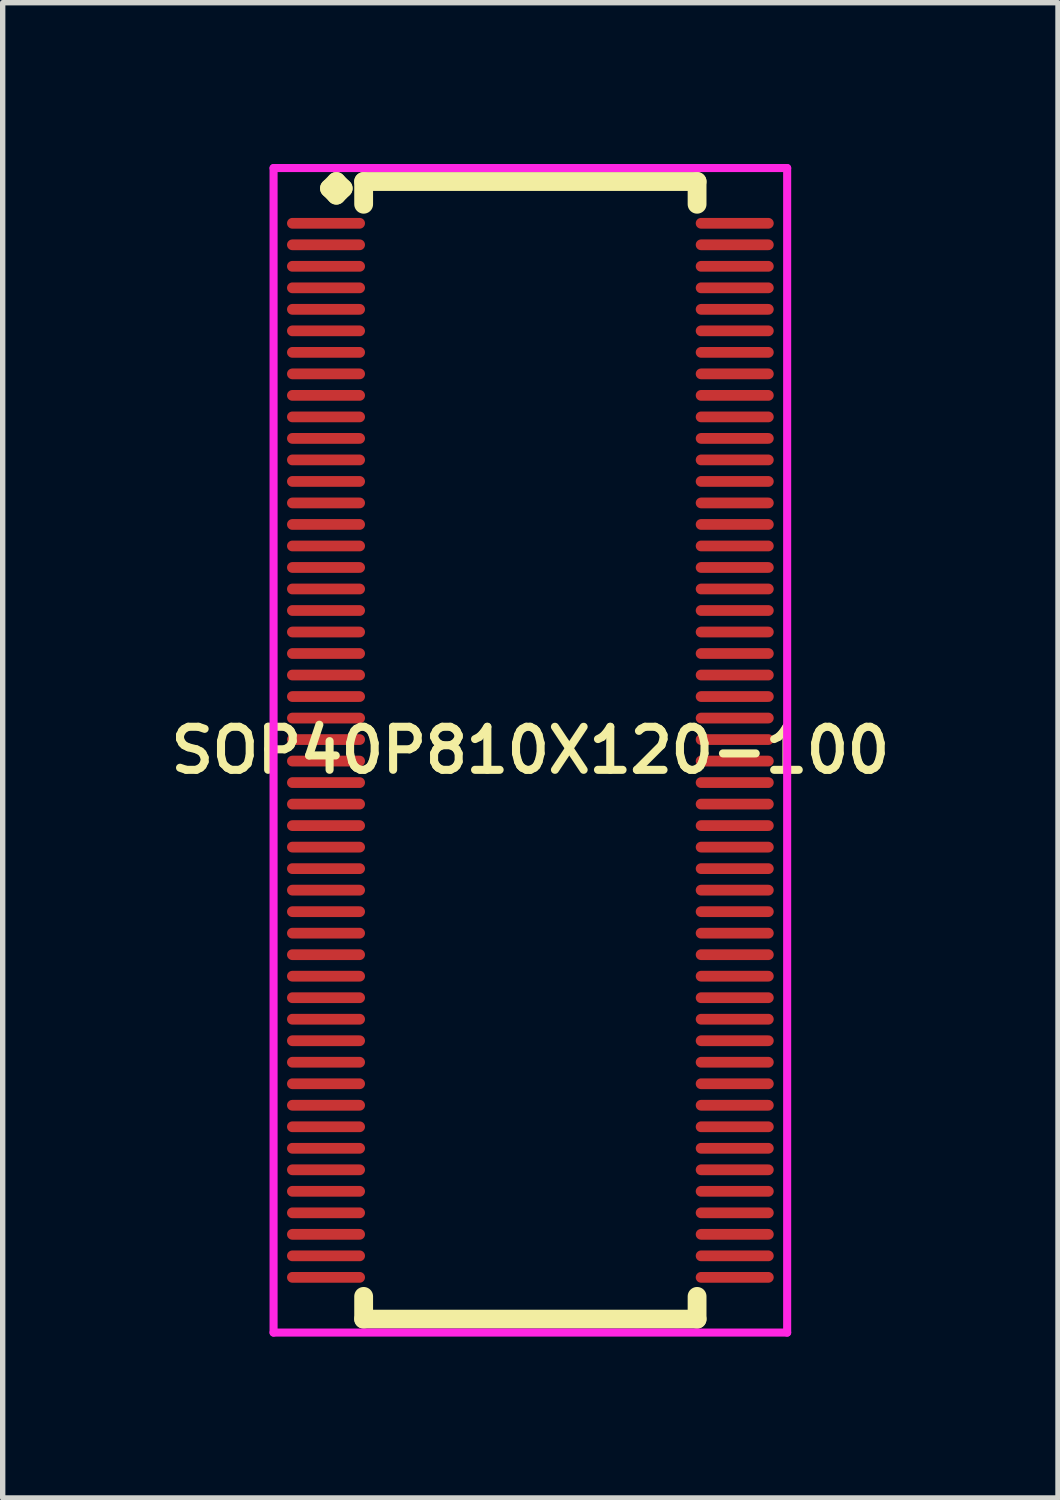
<source format=kicad_pcb>
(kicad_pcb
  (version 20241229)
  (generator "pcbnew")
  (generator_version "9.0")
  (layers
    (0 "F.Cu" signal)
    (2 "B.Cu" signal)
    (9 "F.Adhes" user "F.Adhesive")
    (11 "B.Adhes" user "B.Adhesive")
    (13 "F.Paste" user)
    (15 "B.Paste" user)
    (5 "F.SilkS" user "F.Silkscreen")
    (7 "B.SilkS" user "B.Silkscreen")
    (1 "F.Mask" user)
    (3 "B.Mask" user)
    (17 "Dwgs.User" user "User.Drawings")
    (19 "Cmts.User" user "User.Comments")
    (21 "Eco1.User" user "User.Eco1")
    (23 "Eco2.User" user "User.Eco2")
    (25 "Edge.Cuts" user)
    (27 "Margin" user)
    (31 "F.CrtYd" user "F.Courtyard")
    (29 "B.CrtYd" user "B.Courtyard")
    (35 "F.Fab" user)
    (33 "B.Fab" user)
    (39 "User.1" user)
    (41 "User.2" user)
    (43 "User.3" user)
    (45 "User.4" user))
  (footprint "SOP40P810X120-100"
    (layer "F.Cu")
    (at 6.812 10.902)
    (property "Reference" "SOP40P810X120-100" (at 0 0 0) (layer "F.SilkS") (effects (font (size 0.8 0.8) (thickness 0.15))))
    (attr smd)
    (fp_line (start -3.735 -10.45) (end -3.608 -10.577) (stroke (width 0.35) (type solid)) (layer "F.SilkS"))
    (fp_line (start -3.608 -10.577) (end -3.481 -10.45) (stroke (width 0.35) (type solid)) (layer "F.SilkS"))
    (fp_line (start -3.608 -10.323) (end -3.735 -10.45) (stroke (width 0.35) (type solid)) (layer "F.SilkS"))
    (fp_line (start -3.481 -10.45) (end -3.608 -10.323) (stroke (width 0.35) (type solid)) (layer "F.SilkS"))
    (fp_line (start -3.1 -10.577) (end 3.1 -10.577) (stroke (width 0.35) (type solid)) (layer "F.SilkS"))
    (fp_line (start -3.1 -10.154) (end -3.1 -10.577) (stroke (width 0.35) (type solid)) (layer "F.SilkS"))
    (fp_line (start -3.1 10.154) (end -3.1 10.577) (stroke (width 0.35) (type solid)) (layer "F.SilkS"))
    (fp_line (start -3.1 10.577) (end 3.1 10.577) (stroke (width 0.35) (type solid)) (layer "F.SilkS"))
    (fp_line (start 3.1 -10.577) (end 3.1 -10.154) (stroke (width 0.35) (type solid)) (layer "F.SilkS"))
    (fp_line (start 3.1 10.577) (end 3.1 10.154) (stroke (width 0.35) (type solid)) (layer "F.SilkS"))
    (fp_line (start -4.775 -10.827) (end 4.775 -10.827) (stroke (width 0.15) (type solid)) (layer "F.CrtYd"))
    (fp_line (start -4.775 10.827) (end -4.775 -10.827) (stroke (width 0.15) (type solid)) (layer "F.CrtYd"))
    (fp_line (start 4.775 -10.827) (end 4.775 10.827) (stroke (width 0.15) (type solid)) (layer "F.CrtYd"))
    (fp_line (start 4.775 10.827) (end -4.775 10.827) (stroke (width 0.15) (type solid)) (layer "F.CrtYd"))
    (pad "1" smd oval (at -3.8 -9.8) (size 1.45 0.2) (layers "F.Cu" "F.Mask" "F.Paste"))
    (pad "2" smd oval (at -3.8 -9.4) (size 1.45 0.2) (layers "F.Cu" "F.Mask" "F.Paste"))
    (pad "3" smd oval (at -3.8 -9) (size 1.45 0.2) (layers "F.Cu" "F.Mask" "F.Paste"))
    (pad "4" smd oval (at -3.8 -8.6) (size 1.45 0.2) (layers "F.Cu" "F.Mask" "F.Paste"))
    (pad "5" smd oval (at -3.8 -8.2) (size 1.45 0.2) (layers "F.Cu" "F.Mask" "F.Paste"))
    (pad "6" smd oval (at -3.8 -7.8) (size 1.45 0.2) (layers "F.Cu" "F.Mask" "F.Paste"))
    (pad "7" smd oval (at -3.8 -7.4) (size 1.45 0.2) (layers "F.Cu" "F.Mask" "F.Paste"))
    (pad "8" smd oval (at -3.8 -7) (size 1.45 0.2) (layers "F.Cu" "F.Mask" "F.Paste"))
    (pad "9" smd oval (at -3.8 -6.6) (size 1.45 0.2) (layers "F.Cu" "F.Mask" "F.Paste"))
    (pad "10" smd oval (at -3.8 -6.2) (size 1.45 0.2) (layers "F.Cu" "F.Mask" "F.Paste"))
    (pad "11" smd oval (at -3.8 -5.8) (size 1.45 0.2) (layers "F.Cu" "F.Mask" "F.Paste"))
    (pad "12" smd oval (at -3.8 -5.4) (size 1.45 0.2) (layers "F.Cu" "F.Mask" "F.Paste"))
    (pad "13" smd oval (at -3.8 -5) (size 1.45 0.2) (layers "F.Cu" "F.Mask" "F.Paste"))
    (pad "14" smd oval (at -3.8 -4.6) (size 1.45 0.2) (layers "F.Cu" "F.Mask" "F.Paste"))
    (pad "15" smd oval (at -3.8 -4.2) (size 1.45 0.2) (layers "F.Cu" "F.Mask" "F.Paste"))
    (pad "16" smd oval (at -3.8 -3.8) (size 1.45 0.2) (layers "F.Cu" "F.Mask" "F.Paste"))
    (pad "17" smd oval (at -3.8 -3.4) (size 1.45 0.2) (layers "F.Cu" "F.Mask" "F.Paste"))
    (pad "18" smd oval (at -3.8 -3) (size 1.45 0.2) (layers "F.Cu" "F.Mask" "F.Paste"))
    (pad "19" smd oval (at -3.8 -2.6) (size 1.45 0.2) (layers "F.Cu" "F.Mask" "F.Paste"))
    (pad "20" smd oval (at -3.8 -2.2) (size 1.45 0.2) (layers "F.Cu" "F.Mask" "F.Paste"))
    (pad "21" smd oval (at -3.8 -1.8) (size 1.45 0.2) (layers "F.Cu" "F.Mask" "F.Paste"))
    (pad "22" smd oval (at -3.8 -1.4) (size 1.45 0.2) (layers "F.Cu" "F.Mask" "F.Paste"))
    (pad "23" smd oval (at -3.8 -1) (size 1.45 0.2) (layers "F.Cu" "F.Mask" "F.Paste"))
    (pad "24" smd oval (at -3.8 -0.6) (size 1.45 0.2) (layers "F.Cu" "F.Mask" "F.Paste"))
    (pad "25" smd oval (at -3.8 -0.2) (size 1.45 0.2) (layers "F.Cu" "F.Mask" "F.Paste"))
    (pad "26" smd oval (at -3.8 0.2) (size 1.45 0.2) (layers "F.Cu" "F.Mask" "F.Paste"))
    (pad "27" smd oval (at -3.8 0.6) (size 1.45 0.2) (layers "F.Cu" "F.Mask" "F.Paste"))
    (pad "28" smd oval (at -3.8 1) (size 1.45 0.2) (layers "F.Cu" "F.Mask" "F.Paste"))
    (pad "29" smd oval (at -3.8 1.4) (size 1.45 0.2) (layers "F.Cu" "F.Mask" "F.Paste"))
    (pad "30" smd oval (at -3.8 1.8) (size 1.45 0.2) (layers "F.Cu" "F.Mask" "F.Paste"))
    (pad "31" smd oval (at -3.8 2.2) (size 1.45 0.2) (layers "F.Cu" "F.Mask" "F.Paste"))
    (pad "32" smd oval (at -3.8 2.6) (size 1.45 0.2) (layers "F.Cu" "F.Mask" "F.Paste"))
    (pad "33" smd oval (at -3.8 3) (size 1.45 0.2) (layers "F.Cu" "F.Mask" "F.Paste"))
    (pad "34" smd oval (at -3.8 3.4) (size 1.45 0.2) (layers "F.Cu" "F.Mask" "F.Paste"))
    (pad "35" smd oval (at -3.8 3.8) (size 1.45 0.2) (layers "F.Cu" "F.Mask" "F.Paste"))
    (pad "36" smd oval (at -3.8 4.2) (size 1.45 0.2) (layers "F.Cu" "F.Mask" "F.Paste"))
    (pad "37" smd oval (at -3.8 4.6) (size 1.45 0.2) (layers "F.Cu" "F.Mask" "F.Paste"))
    (pad "38" smd oval (at -3.8 5) (size 1.45 0.2) (layers "F.Cu" "F.Mask" "F.Paste"))
    (pad "39" smd oval (at -3.8 5.4) (size 1.45 0.2) (layers "F.Cu" "F.Mask" "F.Paste"))
    (pad "40" smd oval (at -3.8 5.8) (size 1.45 0.2) (layers "F.Cu" "F.Mask" "F.Paste"))
    (pad "41" smd oval (at -3.8 6.2) (size 1.45 0.2) (layers "F.Cu" "F.Mask" "F.Paste"))
    (pad "42" smd oval (at -3.8 6.6) (size 1.45 0.2) (layers "F.Cu" "F.Mask" "F.Paste"))
    (pad "43" smd oval (at -3.8 7) (size 1.45 0.2) (layers "F.Cu" "F.Mask" "F.Paste"))
    (pad "44" smd oval (at -3.8 7.4) (size 1.45 0.2) (layers "F.Cu" "F.Mask" "F.Paste"))
    (pad "45" smd oval (at -3.8 7.8) (size 1.45 0.2) (layers "F.Cu" "F.Mask" "F.Paste"))
    (pad "46" smd oval (at -3.8 8.2) (size 1.45 0.2) (layers "F.Cu" "F.Mask" "F.Paste"))
    (pad "47" smd oval (at -3.8 8.6) (size 1.45 0.2) (layers "F.Cu" "F.Mask" "F.Paste"))
    (pad "48" smd oval (at -3.8 9) (size 1.45 0.2) (layers "F.Cu" "F.Mask" "F.Paste"))
    (pad "49" smd oval (at -3.8 9.4) (size 1.45 0.2) (layers "F.Cu" "F.Mask" "F.Paste"))
    (pad "50" smd oval (at -3.8 9.8) (size 1.45 0.2) (layers "F.Cu" "F.Mask" "F.Paste"))
    (pad "51" smd oval (at 3.8 9.8) (size 1.45 0.2) (layers "F.Cu" "F.Mask" "F.Paste"))
    (pad "52" smd oval (at 3.8 9.4) (size 1.45 0.2) (layers "F.Cu" "F.Mask" "F.Paste"))
    (pad "53" smd oval (at 3.8 9) (size 1.45 0.2) (layers "F.Cu" "F.Mask" "F.Paste"))
    (pad "54" smd oval (at 3.8 8.6) (size 1.45 0.2) (layers "F.Cu" "F.Mask" "F.Paste"))
    (pad "55" smd oval (at 3.8 8.2) (size 1.45 0.2) (layers "F.Cu" "F.Mask" "F.Paste"))
    (pad "56" smd oval (at 3.8 7.8) (size 1.45 0.2) (layers "F.Cu" "F.Mask" "F.Paste"))
    (pad "57" smd oval (at 3.8 7.4) (size 1.45 0.2) (layers "F.Cu" "F.Mask" "F.Paste"))
    (pad "58" smd oval (at 3.8 7) (size 1.45 0.2) (layers "F.Cu" "F.Mask" "F.Paste"))
    (pad "59" smd oval (at 3.8 6.6) (size 1.45 0.2) (layers "F.Cu" "F.Mask" "F.Paste"))
    (pad "60" smd oval (at 3.8 6.2) (size 1.45 0.2) (layers "F.Cu" "F.Mask" "F.Paste"))
    (pad "61" smd oval (at 3.8 5.8) (size 1.45 0.2) (layers "F.Cu" "F.Mask" "F.Paste"))
    (pad "62" smd oval (at 3.8 5.4) (size 1.45 0.2) (layers "F.Cu" "F.Mask" "F.Paste"))
    (pad "63" smd oval (at 3.8 5) (size 1.45 0.2) (layers "F.Cu" "F.Mask" "F.Paste"))
    (pad "64" smd oval (at 3.8 4.6) (size 1.45 0.2) (layers "F.Cu" "F.Mask" "F.Paste"))
    (pad "65" smd oval (at 3.8 4.2) (size 1.45 0.2) (layers "F.Cu" "F.Mask" "F.Paste"))
    (pad "66" smd oval (at 3.8 3.8) (size 1.45 0.2) (layers "F.Cu" "F.Mask" "F.Paste"))
    (pad "67" smd oval (at 3.8 3.4) (size 1.45 0.2) (layers "F.Cu" "F.Mask" "F.Paste"))
    (pad "68" smd oval (at 3.8 3) (size 1.45 0.2) (layers "F.Cu" "F.Mask" "F.Paste"))
    (pad "69" smd oval (at 3.8 2.6) (size 1.45 0.2) (layers "F.Cu" "F.Mask" "F.Paste"))
    (pad "70" smd oval (at 3.8 2.2) (size 1.45 0.2) (layers "F.Cu" "F.Mask" "F.Paste"))
    (pad "71" smd oval (at 3.8 1.8) (size 1.45 0.2) (layers "F.Cu" "F.Mask" "F.Paste"))
    (pad "72" smd oval (at 3.8 1.4) (size 1.45 0.2) (layers "F.Cu" "F.Mask" "F.Paste"))
    (pad "73" smd oval (at 3.8 1) (size 1.45 0.2) (layers "F.Cu" "F.Mask" "F.Paste"))
    (pad "74" smd oval (at 3.8 0.6) (size 1.45 0.2) (layers "F.Cu" "F.Mask" "F.Paste"))
    (pad "75" smd oval (at 3.8 0.2) (size 1.45 0.2) (layers "F.Cu" "F.Mask" "F.Paste"))
    (pad "76" smd oval (at 3.8 -0.2) (size 1.45 0.2) (layers "F.Cu" "F.Mask" "F.Paste"))
    (pad "77" smd oval (at 3.8 -0.6) (size 1.45 0.2) (layers "F.Cu" "F.Mask" "F.Paste"))
    (pad "78" smd oval (at 3.8 -1) (size 1.45 0.2) (layers "F.Cu" "F.Mask" "F.Paste"))
    (pad "79" smd oval (at 3.8 -1.4) (size 1.45 0.2) (layers "F.Cu" "F.Mask" "F.Paste"))
    (pad "80" smd oval (at 3.8 -1.8) (size 1.45 0.2) (layers "F.Cu" "F.Mask" "F.Paste"))
    (pad "81" smd oval (at 3.8 -2.2) (size 1.45 0.2) (layers "F.Cu" "F.Mask" "F.Paste"))
    (pad "82" smd oval (at 3.8 -2.6) (size 1.45 0.2) (layers "F.Cu" "F.Mask" "F.Paste"))
    (pad "83" smd oval (at 3.8 -3) (size 1.45 0.2) (layers "F.Cu" "F.Mask" "F.Paste"))
    (pad "84" smd oval (at 3.8 -3.4) (size 1.45 0.2) (layers "F.Cu" "F.Mask" "F.Paste"))
    (pad "85" smd oval (at 3.8 -3.8) (size 1.45 0.2) (layers "F.Cu" "F.Mask" "F.Paste"))
    (pad "86" smd oval (at 3.8 -4.2) (size 1.45 0.2) (layers "F.Cu" "F.Mask" "F.Paste"))
    (pad "87" smd oval (at 3.8 -4.6) (size 1.45 0.2) (layers "F.Cu" "F.Mask" "F.Paste"))
    (pad "88" smd oval (at 3.8 -5) (size 1.45 0.2) (layers "F.Cu" "F.Mask" "F.Paste"))
    (pad "89" smd oval (at 3.8 -5.4) (size 1.45 0.2) (layers "F.Cu" "F.Mask" "F.Paste"))
    (pad "90" smd oval (at 3.8 -5.8) (size 1.45 0.2) (layers "F.Cu" "F.Mask" "F.Paste"))
    (pad "91" smd oval (at 3.8 -6.2) (size 1.45 0.2) (layers "F.Cu" "F.Mask" "F.Paste"))
    (pad "92" smd oval (at 3.8 -6.6) (size 1.45 0.2) (layers "F.Cu" "F.Mask" "F.Paste"))
    (pad "93" smd oval (at 3.8 -7) (size 1.45 0.2) (layers "F.Cu" "F.Mask" "F.Paste"))
    (pad "94" smd oval (at 3.8 -7.4) (size 1.45 0.2) (layers "F.Cu" "F.Mask" "F.Paste"))
    (pad "95" smd oval (at 3.8 -7.8) (size 1.45 0.2) (layers "F.Cu" "F.Mask" "F.Paste"))
    (pad "96" smd oval (at 3.8 -8.2) (size 1.45 0.2) (layers "F.Cu" "F.Mask" "F.Paste"))
    (pad "97" smd oval (at 3.8 -8.6) (size 1.45 0.2) (layers "F.Cu" "F.Mask" "F.Paste"))
    (pad "98" smd oval (at 3.8 -9) (size 1.45 0.2) (layers "F.Cu" "F.Mask" "F.Paste"))
    (pad "99" smd oval (at 3.8 -9.4) (size 1.45 0.2) (layers "F.Cu" "F.Mask" "F.Paste"))
    (pad "100" smd oval (at 3.8 -9.8) (size 1.45 0.2) (layers "F.Cu" "F.Mask" "F.Paste")))
  (gr_rect
    (start -3 -3)
    (end 16.623 24.804)
    (stroke (width 0.1) (type default))
    (fill no)
    (layer "Edge.Cuts")))
</source>
